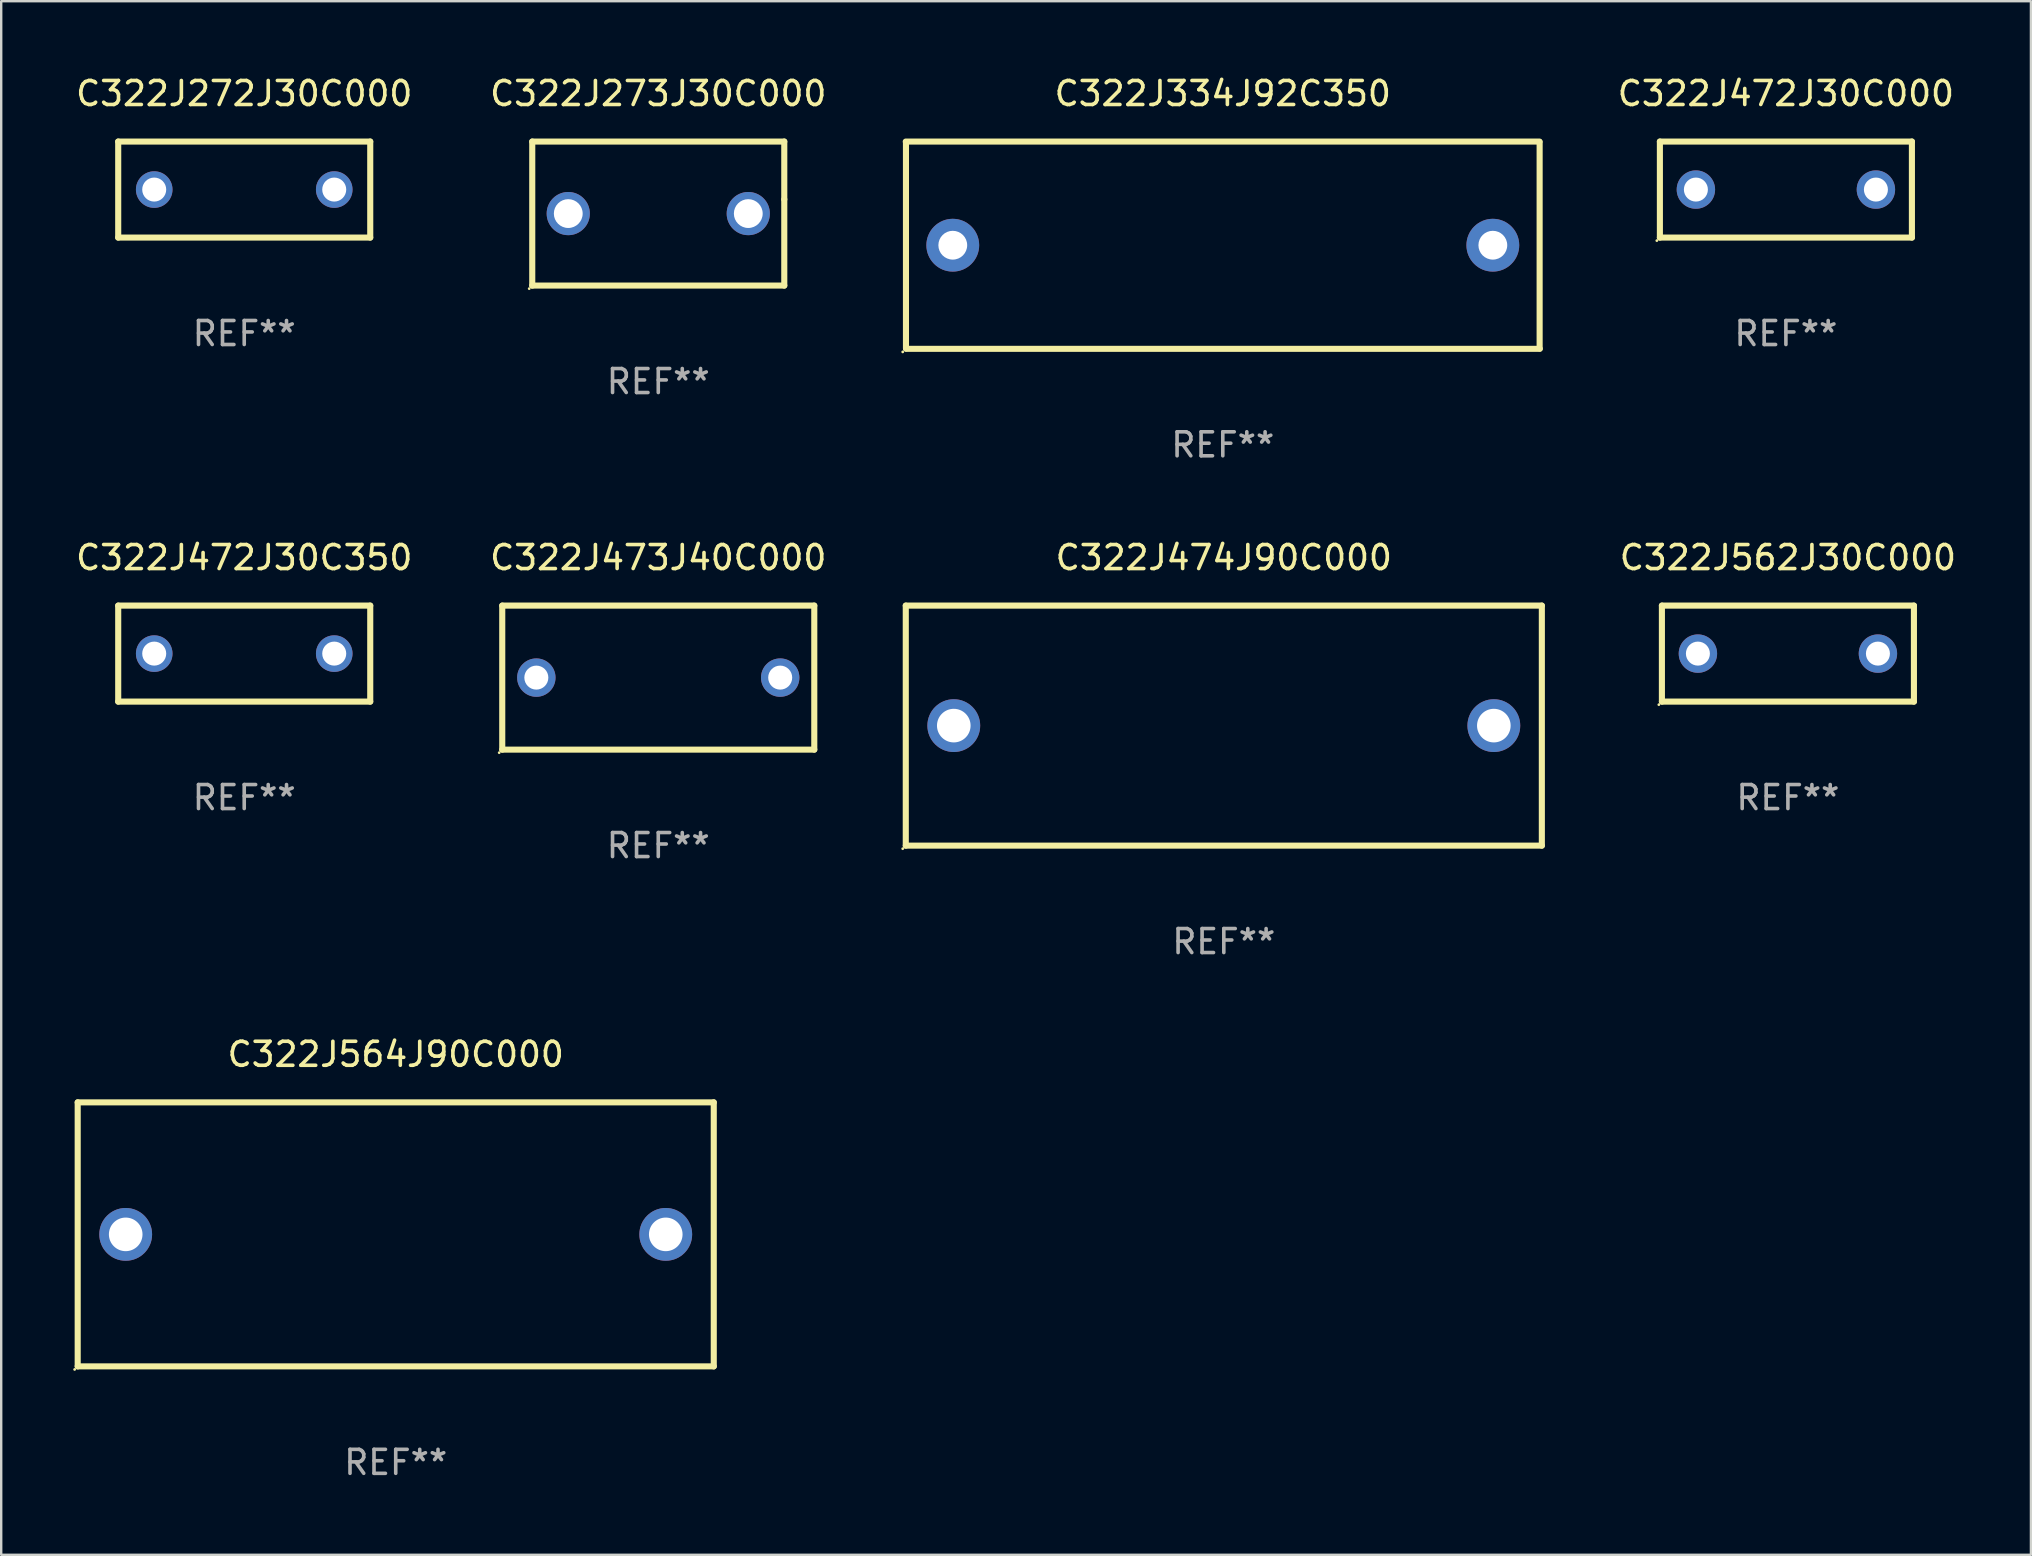
<source format=kicad_pcb>
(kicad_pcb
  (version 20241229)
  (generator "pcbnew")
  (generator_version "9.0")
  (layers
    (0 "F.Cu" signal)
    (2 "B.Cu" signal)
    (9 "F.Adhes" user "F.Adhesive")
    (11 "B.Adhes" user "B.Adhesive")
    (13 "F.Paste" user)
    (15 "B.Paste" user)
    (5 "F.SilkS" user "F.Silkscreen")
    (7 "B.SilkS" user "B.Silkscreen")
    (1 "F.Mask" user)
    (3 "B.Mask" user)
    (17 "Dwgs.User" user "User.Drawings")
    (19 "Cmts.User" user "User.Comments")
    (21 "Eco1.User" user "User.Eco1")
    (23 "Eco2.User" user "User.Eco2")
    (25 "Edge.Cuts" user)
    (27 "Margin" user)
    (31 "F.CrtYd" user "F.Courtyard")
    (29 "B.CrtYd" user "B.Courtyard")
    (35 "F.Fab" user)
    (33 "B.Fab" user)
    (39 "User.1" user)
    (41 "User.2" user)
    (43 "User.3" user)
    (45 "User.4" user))
  (footprint "C322J472J30C350"
    (layer "F.Cu")
    (at 7.125 24.181)
    (property "Reference" "C322J472J30C350" (at 0 -4 0) (layer "F.SilkS") (effects (font (size 1 1) (thickness 0.15))))
    (attr through_hole)
    (fp_line (start -5.25 -2) (end 5.25 -2) (stroke (width 0.254) (type solid)) (layer "F.SilkS"))
    (fp_line (start -5.25 2) (end -5.25 -2) (stroke (width 0.254) (type solid)) (layer "F.SilkS"))
    (fp_line (start 5.25 -2) (end 5.25 2) (stroke (width 0.254) (type solid)) (layer "F.SilkS"))
    (fp_line (start 5.25 2) (end -5.25 2) (stroke (width 0.254) (type solid)) (layer "F.SilkS"))
    (fp_circle (center -5.25 2) (end -5.22 2) (stroke (width 0.06) (type solid)) (fill no) (layer "F.SilkS"))
    (fp_text user "REF**" (at 0 6 0) (layer "F.Fab") (effects (font (size 1 1) (thickness 0.15))))
    (pad "1" thru_hole circle (at -3.75 0) (size 1.524 1.524) (drill 1) (layers "*.Cu" "*.Mask"))
    (pad "2" thru_hole circle (at 3.75 0) (size 1.524 1.524) (drill 1) (layers "*.Cu" "*.Mask")))
  (footprint "C322J562J30C000"
    (layer "F.Cu")
    (at 71.439 24.181)
    (property "Reference" "C322J562J30C000" (at 0 -4 0) (layer "F.SilkS") (effects (font (size 1 1) (thickness 0.15))))
    (attr through_hole)
    (fp_line (start -5.25 -2) (end 5.25 -2) (stroke (width 0.254) (type solid)) (layer "F.SilkS"))
    (fp_line (start -5.25 2) (end -5.25 -2) (stroke (width 0.254) (type solid)) (layer "F.SilkS"))
    (fp_line (start 5.25 -2) (end 5.25 2) (stroke (width 0.254) (type solid)) (layer "F.SilkS"))
    (fp_line (start 5.25 2) (end -5.25 2) (stroke (width 0.254) (type solid)) (layer "F.SilkS"))
    (fp_circle (center -5.377 2.127) (end -5.347 2.127) (stroke (width 0.06) (type solid)) (fill no) (layer "F.SilkS"))
    (fp_text user "REF**" (at 0 6 0) (layer "F.Fab") (effects (font (size 1 1) (thickness 0.15))))
    (pad "1" thru_hole circle (at -3.75 0) (size 1.6 1.6) (drill 1) (layers "*.Cu" "*.Mask"))
    (pad "2" thru_hole circle (at 3.75 0) (size 1.6 1.6) (drill 1) (layers "*.Cu" "*.Mask")))
  (footprint "C322J472J30C000"
    (layer "F.Cu")
    (at 71.355 4.848)
    (property "Reference" "C322J472J30C000" (at 0 -4 0) (layer "F.SilkS") (effects (font (size 1 1) (thickness 0.15))))
    (attr through_hole)
    (fp_line (start -5.25 -2) (end 5.25 -2) (stroke (width 0.254) (type solid)) (layer "F.SilkS"))
    (fp_line (start -5.25 2) (end -5.25 -2) (stroke (width 0.254) (type solid)) (layer "F.SilkS"))
    (fp_line (start 5.25 -2) (end 5.25 2) (stroke (width 0.254) (type solid)) (layer "F.SilkS"))
    (fp_line (start 5.25 2) (end -5.25 2) (stroke (width 0.254) (type solid)) (layer "F.SilkS"))
    (fp_circle (center -5.377 2.127) (end -5.347 2.127) (stroke (width 0.06) (type solid)) (fill no) (layer "F.SilkS"))
    (fp_text user "REF**" (at 0 6 0) (layer "F.Fab") (effects (font (size 1 1) (thickness 0.15))))
    (pad "1" thru_hole circle (at -3.75 0) (size 1.6 1.6) (drill 1) (layers "*.Cu" "*.Mask"))
    (pad "2" thru_hole circle (at 3.75 0) (size 1.6 1.6) (drill 1) (layers "*.Cu" "*.Mask")))
  (footprint "C322J564J90C000"
    (layer "F.Cu")
    (at 13.437 48.377)
    (property "Reference" "C322J564J90C000" (at 0 -7.5 0) (layer "F.SilkS") (effects (font (size 1 1) (thickness 0.15))))
    (attr through_hole)
    (fp_line (start -13.25 -5.5) (end 13.25 -5.5) (stroke (width 0.254) (type solid)) (layer "F.SilkS"))
    (fp_line (start -13.25 5.5) (end -13.25 -5.5) (stroke (width 0.254) (type solid)) (layer "F.SilkS"))
    (fp_line (start 13.25 -5.5) (end 13.25 5.5) (stroke (width 0.254) (type solid)) (layer "F.SilkS"))
    (fp_line (start 13.25 5.5) (end -13.25 5.5) (stroke (width 0.254) (type solid)) (layer "F.SilkS"))
    (fp_circle (center -13.377 5.627) (end -13.347 5.627) (stroke (width 0.06) (type solid)) (fill no) (layer "F.SilkS"))
    (fp_text user "REF**" (at 0 9.5 0) (layer "F.Fab") (effects (font (size 1 1) (thickness 0.15))))
    (pad "1" thru_hole circle (at -11.25 0) (size 2.2 2.2) (drill 1.4) (layers "*.Cu" "*.Mask"))
    (pad "2" thru_hole circle (at 11.25 0) (size 2.2 2.2) (drill 1.4) (layers "*.Cu" "*.Mask")))
  (footprint "C322J273J30C000"
    (layer "F.Cu")
    (at 24.375 5.848)
    (property "Reference" "C322J273J30C000" (at 0 -5 0) (layer "F.SilkS") (effects (font (size 1 1) (thickness 0.15))))
    (attr through_hole)
    (fp_line (start -5.25 -3) (end 5.25 -3) (stroke (width 0.254) (type solid)) (layer "F.SilkS"))
    (fp_line (start -5.25 3) (end -5.25 -3) (stroke (width 0.254) (type solid)) (layer "F.SilkS"))
    (fp_line (start 5.25 -0.591) (end 5.25 -3) (stroke (width 0.254) (type solid)) (layer "F.SilkS"))
    (fp_line (start 5.25 3) (end 5.25 -0.591) (stroke (width 0.254) (type solid)) (layer "F.SilkS"))
    (fp_line (start 5.25 3) (end -5.25 3) (stroke (width 0.254) (type solid)) (layer "F.SilkS"))
    (fp_circle (center -5.377 3.127) (end -5.347 3.127) (stroke (width 0.06) (type solid)) (fill no) (layer "F.SilkS"))
    (fp_text user "REF**" (at 0 7 0) (layer "F.Fab") (effects (font (size 1 1) (thickness 0.15))))
    (pad "1" thru_hole circle (at -3.75 0) (size 1.8 1.8) (drill 1.2) (layers "*.Cu" "*.Mask"))
    (pad "2" thru_hole circle (at 3.75 0) (size 1.8 1.8) (drill 1.2) (layers "*.Cu" "*.Mask")))
  (footprint "C322J474J90C000"
    (layer "F.Cu")
    (at 47.937 27.181)
    (property "Reference" "C322J474J90C000" (at 0 -7 0) (layer "F.SilkS") (effects (font (size 1 1) (thickness 0.15))))
    (attr through_hole)
    (fp_line (start -13.25 -5) (end 13.25 -5) (stroke (width 0.254) (type solid)) (layer "F.SilkS"))
    (fp_line (start -13.25 5) (end -13.25 -5) (stroke (width 0.254) (type solid)) (layer "F.SilkS"))
    (fp_line (start 13.25 -5) (end 13.25 5) (stroke (width 0.254) (type solid)) (layer "F.SilkS"))
    (fp_line (start 13.25 5) (end -13.25 5) (stroke (width 0.254) (type solid)) (layer "F.SilkS"))
    (fp_circle (center -13.377 5.127) (end -13.347 5.127) (stroke (width 0.06) (type solid)) (fill no) (layer "F.SilkS"))
    (fp_text user "REF**" (at 0 9 0) (layer "F.Fab") (effects (font (size 1 1) (thickness 0.15))))
    (pad "1" thru_hole circle (at -11.25 0) (size 2.2 2.2) (drill 1.4) (layers "*.Cu" "*.Mask"))
    (pad "2" thru_hole circle (at 11.25 0) (size 2.2 2.2) (drill 1.4) (layers "*.Cu" "*.Mask")))
  (footprint "C322J272J30C000"
    (layer "F.Cu")
    (at 7.125 4.848)
    (property "Reference" "C322J272J30C000" (at 0 -4 0) (layer "F.SilkS") (effects (font (size 1 1) (thickness 0.15))))
    (attr through_hole)
    (fp_line (start -5.25 -2) (end 5.25 -2) (stroke (width 0.254) (type solid)) (layer "F.SilkS"))
    (fp_line (start -5.25 2) (end -5.25 -2) (stroke (width 0.254) (type solid)) (layer "F.SilkS"))
    (fp_line (start 5.25 -2) (end 5.25 2) (stroke (width 0.254) (type solid)) (layer "F.SilkS"))
    (fp_line (start 5.25 2) (end -5.25 2) (stroke (width 0.254) (type solid)) (layer "F.SilkS"))
    (fp_circle (center -5.25 2) (end -5.22 2) (stroke (width 0.06) (type solid)) (fill no) (layer "F.SilkS"))
    (fp_text user "REF**" (at 0 6 0) (layer "F.Fab") (effects (font (size 1 1) (thickness 0.15))))
    (pad "1" thru_hole circle (at -3.75 0) (size 1.524 1.524) (drill 1) (layers "*.Cu" "*.Mask"))
    (pad "2" thru_hole circle (at 3.75 0) (size 1.524 1.524) (drill 1) (layers "*.Cu" "*.Mask")))
  (footprint "C322J473J40C000"
    (layer "F.Cu")
    (at 24.375 25.181)
    (property "Reference" "C322J473J40C000" (at 0 -5 0) (layer "F.SilkS") (effects (font (size 1 1) (thickness 0.15))))
    (attr through_hole)
    (fp_line (start -6.5 -3) (end 6.5 -3) (stroke (width 0.254) (type solid)) (layer "F.SilkS"))
    (fp_line (start -6.5 3) (end -6.5 -3) (stroke (width 0.254) (type solid)) (layer "F.SilkS"))
    (fp_line (start 6.5 -3) (end 6.5 3) (stroke (width 0.254) (type solid)) (layer "F.SilkS"))
    (fp_line (start 6.5 3) (end -6.5 3) (stroke (width 0.254) (type solid)) (layer "F.SilkS"))
    (fp_circle (center -6.627 3.127) (end -6.597 3.127) (stroke (width 0.06) (type solid)) (fill no) (layer "F.SilkS"))
    (fp_text user "REF**" (at 0 7 0) (layer "F.Fab") (effects (font (size 1 1) (thickness 0.15))))
    (pad "1" thru_hole circle (at -5.08 0) (size 1.6 1.6) (drill 1) (layers "*.Cu" "*.Mask"))
    (pad "2" thru_hole circle (at 5.08 0) (size 1.6 1.6) (drill 1) (layers "*.Cu" "*.Mask")))
  (footprint "C322J334J92C350"
    (layer "F.Cu")
    (at 47.895 7.166)
    (property "Reference" "C322J334J92C350" (at 0 -6.318 0) (layer "F.SilkS") (effects (font (size 1 1) (thickness 0.15))))
    (attr through_hole)
    (fp_line (start -13.208 -4.318) (end 13.193 -4.318) (stroke (width 0.254) (type solid)) (layer "F.SilkS"))
    (fp_line (start -13.2 4.3) (end -13.2 -4.3) (stroke (width 0.254) (type solid)) (layer "F.SilkS"))
    (fp_line (start 13.2 -4.3) (end 13.2 4.3) (stroke (width 0.254) (type solid)) (layer "F.SilkS"))
    (fp_line (start 13.208 4.318) (end -13.193 4.318) (stroke (width 0.254) (type solid)) (layer "F.SilkS"))
    (fp_circle (center -13.335 4.445) (end -13.305 4.445) (stroke (width 0.06) (type solid)) (fill no) (layer "F.SilkS"))
    (fp_text user "REF**" (at 0 8.318 0) (layer "F.Fab") (effects (font (size 1 1) (thickness 0.15))))
    (pad "1" thru_hole circle (at -11.25 0) (size 2.2 2.2) (drill 1.2) (layers "*.Cu" "*.Mask"))
    (pad "2" thru_hole circle (at 11.25 0) (size 2.2 2.2) (drill 1.2) (layers "*.Cu" "*.Mask")))
  (gr_rect
    (start -3 -3)
    (end 81.564 61.726)
    (stroke (width 0.1) (type default))
    (fill no)
    (layer "Edge.Cuts")))
</source>
